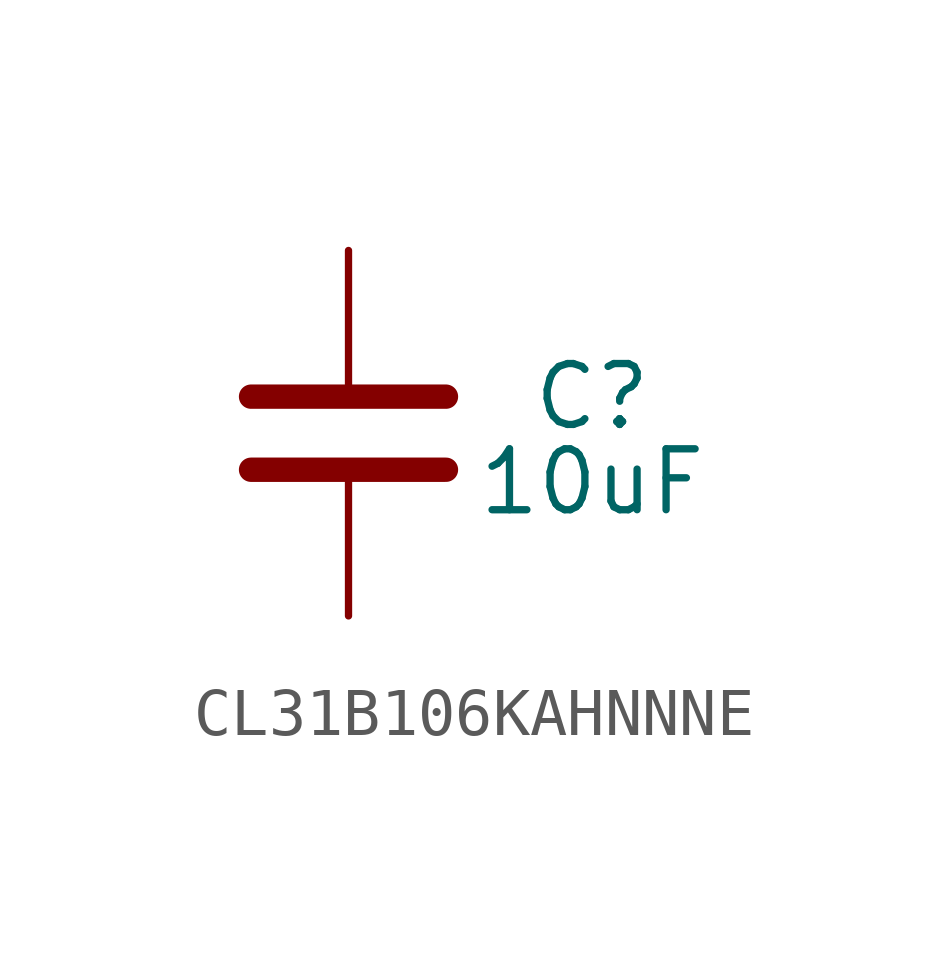
<source format=kicad_sym>
(kicad_symbol_lib
  (version 20241209)
  (generator "kicad_symbol_editor")
  (generator_version "9.0")
  (symbol "CL31B106KAHNNNE"
    (property "Reference" "C"
      (at 5.08 0.762 0)
      (effects (font (size 1.27 1.27))))
    (property "Value" "10uF"
      (at 5.08 -1.016 0)
      (effects (font (size 1.27 1.27))))
    (symbol "CL31B106KAHNNNE_0_1"
      (polyline (pts (xy -2.032 0.762) (xy 2.032 0.762)) (stroke (width 0.508) (type default)) (fill (type none)))
      (polyline (pts (xy -2.032 -0.762) (xy 2.032 -0.762)) (stroke (width 0.508) (type default)) (fill (type none))))
    (symbol "CL31B106KAHNNNE_1_1"
      (pin passive line (at 0 3.81 270) (length 2.794) (name "~" (effects (font (size 1.27 1.27)))) (number "1" (effects (font (size 0 0)))))
      (pin passive line (at 0 -3.81 90) (length 2.794) (name "~" (effects (font (size 1.27 1.27)))) (number "2" (effects (font (size 0 0))))))))
</source>
